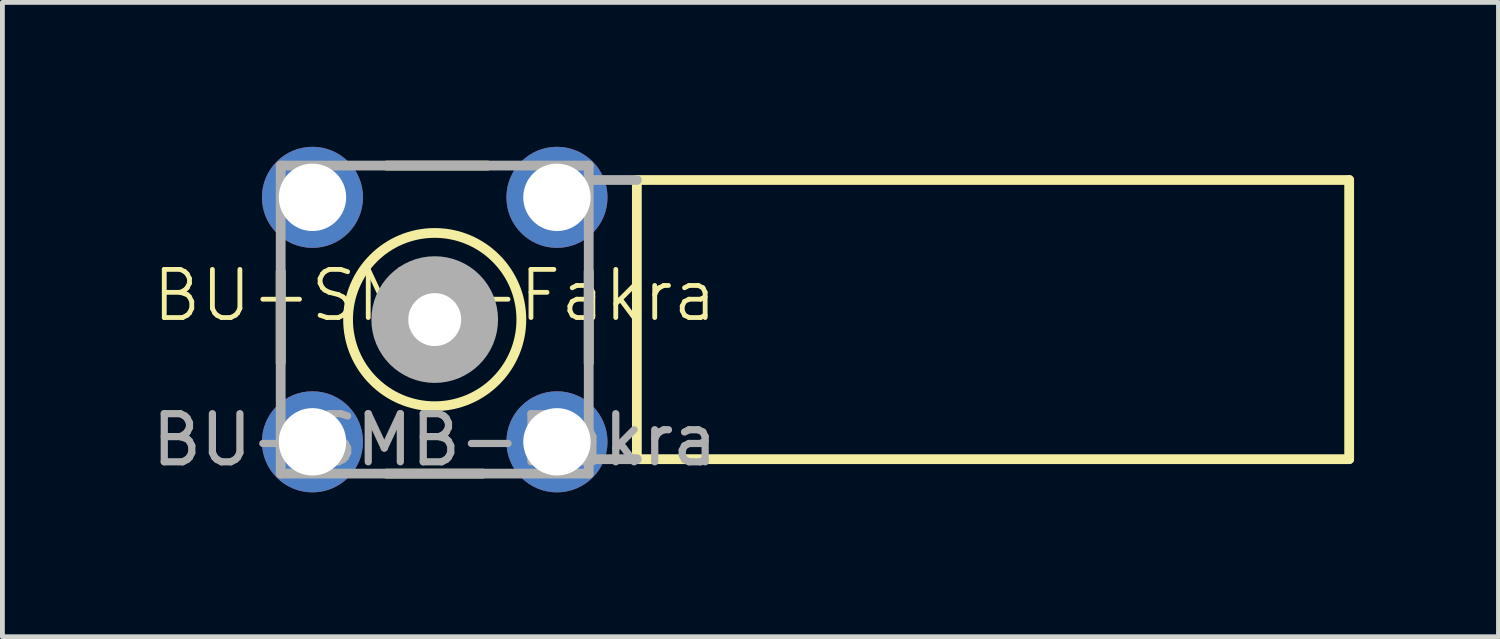
<source format=kicad_pcb>
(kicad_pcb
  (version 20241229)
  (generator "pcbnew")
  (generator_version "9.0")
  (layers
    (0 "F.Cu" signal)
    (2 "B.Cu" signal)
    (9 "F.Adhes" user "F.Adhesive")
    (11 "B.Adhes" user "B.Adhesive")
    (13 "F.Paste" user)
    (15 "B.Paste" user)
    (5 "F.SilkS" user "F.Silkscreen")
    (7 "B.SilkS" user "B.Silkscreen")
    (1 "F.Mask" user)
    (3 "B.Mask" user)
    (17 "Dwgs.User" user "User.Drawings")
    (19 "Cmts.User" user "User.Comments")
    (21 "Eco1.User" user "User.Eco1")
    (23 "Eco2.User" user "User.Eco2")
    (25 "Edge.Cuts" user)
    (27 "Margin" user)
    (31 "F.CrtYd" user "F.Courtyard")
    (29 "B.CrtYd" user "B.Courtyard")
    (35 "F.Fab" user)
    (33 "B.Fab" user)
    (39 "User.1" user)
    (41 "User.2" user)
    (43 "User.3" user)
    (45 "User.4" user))
  (footprint "BU-SMB-Fakra"
    (layer "F.Cu")
    (at 5.982 3.59)
    (property "Reference" "BU-SMB-Fakra" (at 0 -0.5 0) (unlocked yes) (layer "F.SilkS") (effects (font (size 1 1) (thickness 0.1))))
    (attr smd)
    (fp_line (start -3.2 0.9) (end -3.2 -1) (stroke (width 0.203) (type solid)) (layer "F.SilkS"))
    (fp_line (start -1 -3.2) (end 1.1 -3.2) (stroke (width 0.203) (type solid)) (layer "F.SilkS"))
    (fp_line (start 1 3.2) (end -1 3.2) (stroke (width 0.203) (type solid)) (layer "F.SilkS"))
    (fp_line (start 3.2 -1) (end 3.2 0.9) (stroke (width 0.203) (type solid)) (layer "F.SilkS"))
    (fp_line (start 4.2 -2.9) (end 4.2 2.9) (stroke (width 0.203) (type solid)) (layer "F.SilkS"))
    (fp_line (start 4.2 -2.9) (end 19 -2.9) (stroke (width 0.203) (type solid)) (layer "F.SilkS"))
    (fp_line (start 4.2 2.9) (end 19 2.9) (stroke (width 0.203) (type solid)) (layer "F.SilkS"))
    (fp_line (start 19 -2.9) (end 19 2.9) (stroke (width 0.203) (type solid)) (layer "F.SilkS"))
    (fp_circle (center 0 0) (end 1.8 0) (stroke (width 0.203) (type solid)) (fill no) (layer "F.SilkS"))
    (fp_line (start -3.2 3.2) (end 3.2 3.2) (stroke (width 0.203) (type solid)) (layer "F.Fab"))
    (fp_line (start -3.2 -3.2) (end -3.2 3.2) (stroke (width 0.203) (type solid)) (layer "F.Fab"))
    (fp_line (start 3.2 3.2) (end 3.2 -3.2) (stroke (width 0.203) (type solid)) (layer "F.Fab"))
    (fp_line (start 3.2 -3.2) (end -3.2 -3.2) (stroke (width 0.203) (type solid)) (layer "F.Fab"))
    (fp_line (start 3.3 -2.9) (end 4.2 -2.9) (stroke (width 0.203) (type solid)) (layer "F.Fab"))
    (fp_line (start 4.2 2.9) (end 3.3 2.9) (stroke (width 0.203) (type solid)) (layer "F.Fab"))
    (fp_circle (center 0 0) (end 0.3 0) (stroke (width 1.016) (type solid)) (fill no) (layer "F.Fab"))
    (fp_text user "${REFERENCE}" (at 0 2.5 0) (unlocked yes) (layer "F.Fab") (effects (font (size 1 1) (thickness 0.15))))
    (pad "1" thru_hole circle (at 0 0) (size 1.65 1.65) (drill 1.1) (layers "*.Cu" "*.Mask"))
    (pad "2" thru_hole circle (at -2.54 -2.54) (size 2.1 2.1) (drill 1.4) (layers "*.Cu" "*.Mask"))
    (pad "2" thru_hole circle (at -2.54 2.54) (size 2.1 2.1) (drill 1.4) (layers "*.Cu" "*.Mask"))
    (pad "2" thru_hole circle (at 2.54 -2.54) (size 2.1 2.1) (drill 1.4) (layers "*.Cu" "*.Mask"))
    (pad "2" thru_hole circle (at 2.54 2.54) (size 2.1 2.1) (drill 1.4) (layers "*.Cu" "*.Mask")))
  (gr_rect
    (start -3 -3)
    (end 28.084 10.18)
    (stroke (width 0.1) (type default))
    (fill no)
    (layer "Edge.Cuts")))
</source>
